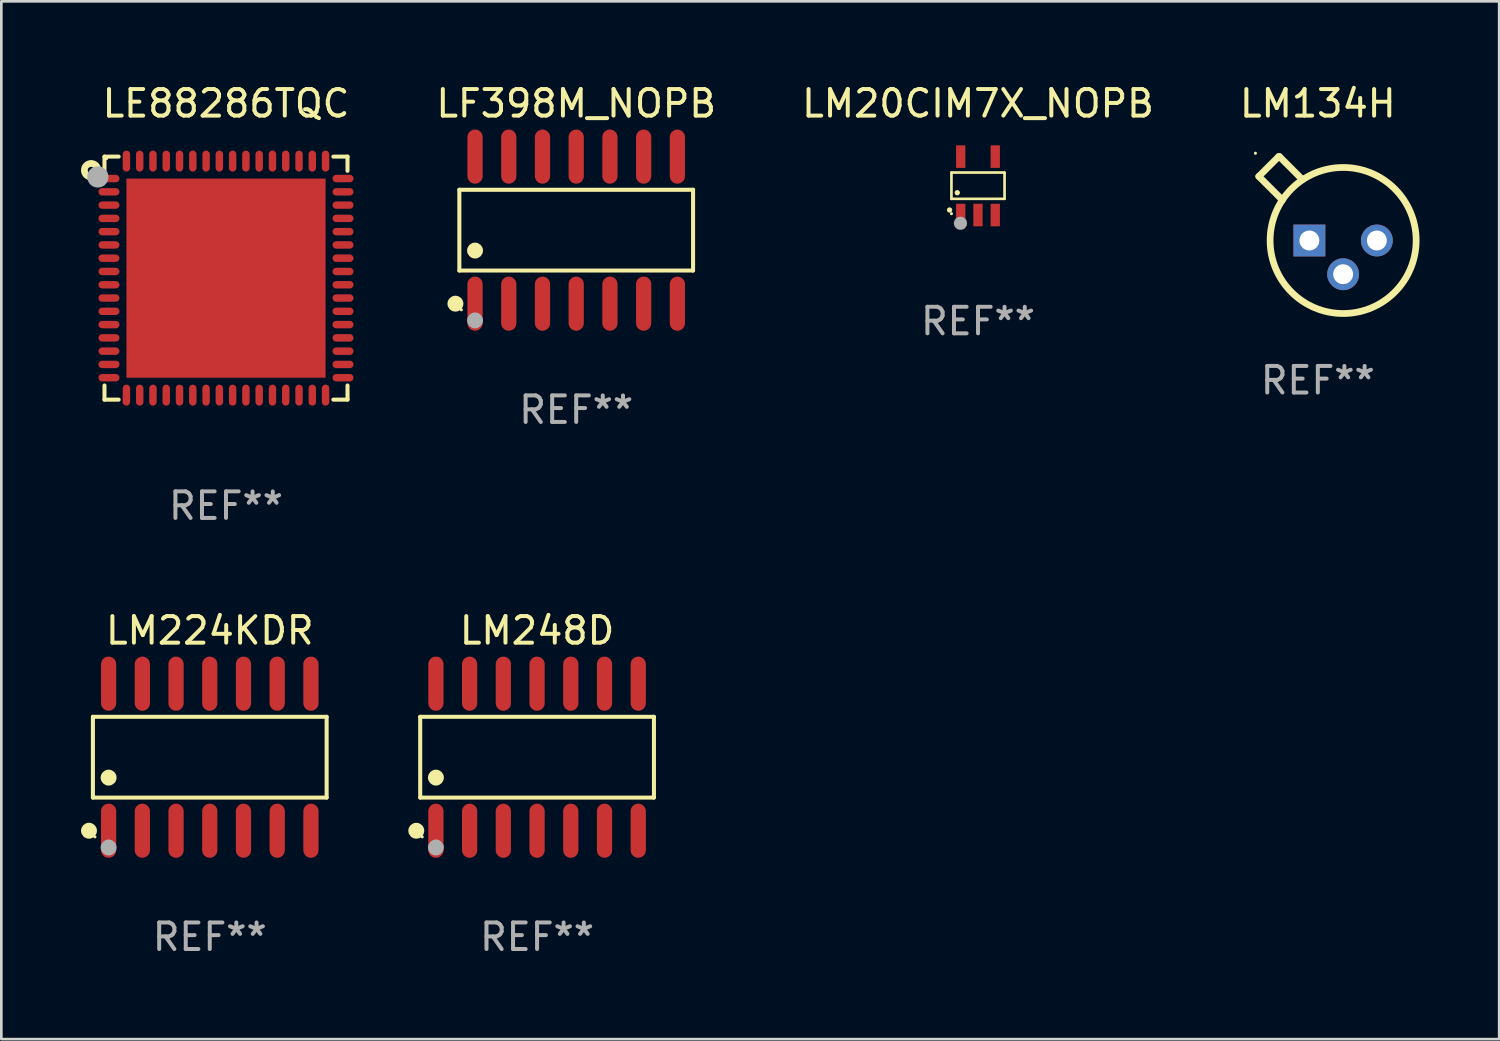
<source format=kicad_pcb>
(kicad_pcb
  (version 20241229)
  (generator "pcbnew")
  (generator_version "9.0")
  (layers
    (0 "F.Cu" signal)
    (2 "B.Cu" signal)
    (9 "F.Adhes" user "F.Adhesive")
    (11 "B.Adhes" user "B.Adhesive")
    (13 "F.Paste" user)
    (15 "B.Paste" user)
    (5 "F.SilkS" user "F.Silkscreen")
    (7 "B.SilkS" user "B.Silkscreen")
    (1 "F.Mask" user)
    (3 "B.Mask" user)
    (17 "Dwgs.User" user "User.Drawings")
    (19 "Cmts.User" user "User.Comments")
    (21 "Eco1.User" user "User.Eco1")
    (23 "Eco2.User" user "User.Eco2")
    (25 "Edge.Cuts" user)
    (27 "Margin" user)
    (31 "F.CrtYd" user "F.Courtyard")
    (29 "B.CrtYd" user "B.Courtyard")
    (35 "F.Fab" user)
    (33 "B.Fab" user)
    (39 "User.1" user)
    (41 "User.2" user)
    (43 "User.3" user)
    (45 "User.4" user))
  (footprint "LM134H"
    (layer "F.Cu")
    (at 46.579 5.063)
    (property "Reference" "LM134H" (at 0 -4.214 0) (layer "F.SilkS") (effects (font (size 1 1) (thickness 0.15))))
    (attr through_hole)
    (fp_line (start -2.223 -1.469) (end -1.334 -0.58) (stroke (width 0.254) (type solid)) (layer "F.SilkS"))
    (fp_line (start -1.477 -2.214) (end -2.223 -1.469) (stroke (width 0.254) (type solid)) (layer "F.SilkS"))
    (fp_line (start -1.444 -2.214) (end -1.477 -2.214) (stroke (width 0.254) (type solid)) (layer "F.SilkS"))
    (fp_line (start -0.582 -1.352) (end -1.444 -2.214) (stroke (width 0.254) (type solid)) (layer "F.SilkS"))
    (fp_circle (center -2.35 -2.342) (end -2.32 -2.342) (stroke (width 0.06) (type solid)) (fill no) (layer "F.SilkS"))
    (fp_circle (center 0.953 0.944) (end 3.703 0.944) (stroke (width 0.254) (type solid)) (fill no) (layer "F.SilkS"))
    (fp_text user "REF**" (at 0 6.214 0) (layer "F.Fab") (effects (font (size 1 1) (thickness 0.15))))
    (pad "1" thru_hole rect (at -0.318 0.944) (size 1.2 1.2) (drill 0.75) (layers "*.Cu" "*.Mask"))
    (pad "2" thru_hole circle (at 0.953 2.214) (size 1.2 1.2) (drill 0.75) (layers "*.Cu" "*.Mask"))
    (pad "3" thru_hole circle (at 2.223 0.944) (size 1.2 1.2) (drill 0.75) (layers "*.Cu" "*.Mask")))
  (footprint "LM248D"
    (layer "F.Cu")
    (at 17.176 25.466)
    (property "Reference" "LM248D" (at 0 -4.769 0) (layer "F.SilkS") (effects (font (size 1 1) (thickness 0.15))))
    (attr through_hole)
    (fp_line (start -4.401 -1.521) (end 4.401 -1.521) (stroke (width 0.152) (type solid)) (layer "F.SilkS"))
    (fp_line (start -4.401 1.521) (end -4.401 -1.521) (stroke (width 0.152) (type solid)) (layer "F.SilkS"))
    (fp_line (start 4.401 -1.521) (end 4.401 1.521) (stroke (width 0.152) (type solid)) (layer "F.SilkS"))
    (fp_line (start 4.401 1.521) (end -4.401 1.521) (stroke (width 0.152) (type solid)) (layer "F.SilkS"))
    (fp_circle (center -4.549 2.769) (end -4.399 2.769) (stroke (width 0.3) (type solid)) (fill no) (layer "F.SilkS"))
    (fp_circle (center -4.325 3) (end -4.295 3) (stroke (width 0.06) (type solid)) (fill no) (layer "F.SilkS"))
    (fp_circle (center -3.81 0.769) (end -3.66 0.769) (stroke (width 0.3) (type solid)) (fill no) (layer "F.SilkS"))
    (fp_circle (center -3.81 3.4) (end -3.66 3.4) (stroke (width 0.3) (type solid)) (fill no) (layer "F.Fab"))
    (fp_text user "REF**" (at 0 6.769 0) (layer "F.Fab") (effects (font (size 1 1) (thickness 0.15))))
    (pad "1" smd oval (at -3.81 2.769) (size 0.574 2.038) (layers "F.Cu" "F.Mask" "F.Paste"))
    (pad "2" smd oval (at -2.54 2.769) (size 0.574 2.038) (layers "F.Cu" "F.Mask" "F.Paste"))
    (pad "3" smd oval (at -1.27 2.769) (size 0.574 2.038) (layers "F.Cu" "F.Mask" "F.Paste"))
    (pad "4" smd oval (at 0 2.769) (size 0.574 2.038) (layers "F.Cu" "F.Mask" "F.Paste"))
    (pad "5" smd oval (at 1.27 2.769) (size 0.574 2.038) (layers "F.Cu" "F.Mask" "F.Paste"))
    (pad "6" smd oval (at 2.54 2.769) (size 0.574 2.038) (layers "F.Cu" "F.Mask" "F.Paste"))
    (pad "7" smd oval (at 3.81 2.769) (size 0.574 2.038) (layers "F.Cu" "F.Mask" "F.Paste"))
    (pad "8" smd oval (at 3.81 -2.769) (size 0.574 2.038) (layers "F.Cu" "F.Mask" "F.Paste"))
    (pad "9" smd oval (at 2.54 -2.769) (size 0.574 2.038) (layers "F.Cu" "F.Mask" "F.Paste"))
    (pad "10" smd oval (at 1.27 -2.769) (size 0.574 2.038) (layers "F.Cu" "F.Mask" "F.Paste"))
    (pad "11" smd oval (at 0 -2.769) (size 0.574 2.038) (layers "F.Cu" "F.Mask" "F.Paste"))
    (pad "12" smd oval (at -1.27 -2.769) (size 0.574 2.038) (layers "F.Cu" "F.Mask" "F.Paste"))
    (pad "13" smd oval (at -2.54 -2.769) (size 0.574 2.038) (layers "F.Cu" "F.Mask" "F.Paste"))
    (pad "14" smd oval (at -3.81 -2.769) (size 0.574 2.038) (layers "F.Cu" "F.Mask" "F.Paste")))
  (footprint "LE88286TQC"
    (layer "F.Cu")
    (at 5.461 7.424)
    (property "Reference" "LE88286TQC" (at 0 -6.576 0) (layer "F.SilkS") (effects (font (size 1 1) (thickness 0.15))))
    (attr through_hole)
    (fp_line (start -4.576 -4.576) (end -4.042 -4.576) (stroke (width 0.152) (type solid)) (layer "F.SilkS"))
    (fp_line (start -4.576 -4.042) (end -4.576 -4.576) (stroke (width 0.152) (type solid)) (layer "F.SilkS"))
    (fp_line (start -4.576 4.042) (end -4.576 4.576) (stroke (width 0.152) (type solid)) (layer "F.SilkS"))
    (fp_line (start -4.576 4.576) (end -4.042 4.576) (stroke (width 0.152) (type solid)) (layer "F.SilkS"))
    (fp_line (start 4.576 -4.576) (end 4.042 -4.576) (stroke (width 0.152) (type solid)) (layer "F.SilkS"))
    (fp_line (start 4.576 -4.042) (end 4.576 -4.576) (stroke (width 0.152) (type solid)) (layer "F.SilkS"))
    (fp_line (start 4.576 4.042) (end 4.576 4.576) (stroke (width 0.152) (type solid)) (layer "F.SilkS"))
    (fp_line (start 4.576 4.576) (end 4.042 4.576) (stroke (width 0.152) (type solid)) (layer "F.SilkS"))
    (fp_circle (center -5.08 -4.064) (end -4.826 -4.064) (stroke (width 0.254) (type solid)) (fill no) (layer "F.SilkS"))
    (fp_circle (center -4.5 -4.5) (end -4.47 -4.5) (stroke (width 0.06) (type solid)) (fill no) (layer "F.SilkS"))
    (fp_circle (center -4.826 -3.81) (end -4.626 -3.81) (stroke (width 0.4) (type solid)) (fill no) (layer "F.Fab"))
    (fp_text user "REF**" (at 0 8.576 0) (layer "F.Fab") (effects (font (size 1 1) (thickness 0.15))))
    (pad "1" smd oval (at -4.407 -3.75) (size 0.79 0.28) (layers "F.Cu" "F.Mask" "F.Paste"))
    (pad "2" smd oval (at -4.407 -3.25) (size 0.79 0.28) (layers "F.Cu" "F.Mask" "F.Paste"))
    (pad "3" smd oval (at -4.407 -2.75) (size 0.79 0.28) (layers "F.Cu" "F.Mask" "F.Paste"))
    (pad "4" smd oval (at -4.407 -2.25) (size 0.79 0.28) (layers "F.Cu" "F.Mask" "F.Paste"))
    (pad "5" smd oval (at -4.407 -1.75) (size 0.79 0.28) (layers "F.Cu" "F.Mask" "F.Paste"))
    (pad "6" smd oval (at -4.407 -1.25) (size 0.79 0.28) (layers "F.Cu" "F.Mask" "F.Paste"))
    (pad "7" smd oval (at -4.407 -0.75) (size 0.79 0.28) (layers "F.Cu" "F.Mask" "F.Paste"))
    (pad "8" smd oval (at -4.407 -0.25) (size 0.79 0.28) (layers "F.Cu" "F.Mask" "F.Paste"))
    (pad "9" smd oval (at -4.407 0.25) (size 0.79 0.28) (layers "F.Cu" "F.Mask" "F.Paste"))
    (pad "10" smd oval (at -4.407 0.75) (size 0.79 0.28) (layers "F.Cu" "F.Mask" "F.Paste"))
    (pad "11" smd oval (at -4.407 1.25) (size 0.79 0.28) (layers "F.Cu" "F.Mask" "F.Paste"))
    (pad "12" smd oval (at -4.407 1.75) (size 0.79 0.28) (layers "F.Cu" "F.Mask" "F.Paste"))
    (pad "13" smd oval (at -4.407 2.25) (size 0.79 0.28) (layers "F.Cu" "F.Mask" "F.Paste"))
    (pad "14" smd oval (at -4.407 2.75) (size 0.79 0.28) (layers "F.Cu" "F.Mask" "F.Paste"))
    (pad "15" smd oval (at -4.407 3.25) (size 0.79 0.28) (layers "F.Cu" "F.Mask" "F.Paste"))
    (pad "16" smd oval (at -4.407 3.75) (size 0.79 0.28) (layers "F.Cu" "F.Mask" "F.Paste"))
    (pad "17" smd oval (at -3.75 4.407) (size 0.28 0.79) (layers "F.Cu" "F.Mask" "F.Paste"))
    (pad "18" smd oval (at -3.25 4.407) (size 0.28 0.79) (layers "F.Cu" "F.Mask" "F.Paste"))
    (pad "19" smd oval (at -2.75 4.407) (size 0.28 0.79) (layers "F.Cu" "F.Mask" "F.Paste"))
    (pad "20" smd oval (at -2.25 4.407) (size 0.28 0.79) (layers "F.Cu" "F.Mask" "F.Paste"))
    (pad "21" smd oval (at -1.75 4.407) (size 0.28 0.79) (layers "F.Cu" "F.Mask" "F.Paste"))
    (pad "22" smd oval (at -1.25 4.407) (size 0.28 0.79) (layers "F.Cu" "F.Mask" "F.Paste"))
    (pad "23" smd oval (at -0.75 4.407) (size 0.28 0.79) (layers "F.Cu" "F.Mask" "F.Paste"))
    (pad "24" smd oval (at -0.25 4.407) (size 0.28 0.79) (layers "F.Cu" "F.Mask" "F.Paste"))
    (pad "25" smd oval (at 0.25 4.407) (size 0.28 0.79) (layers "F.Cu" "F.Mask" "F.Paste"))
    (pad "26" smd oval (at 0.75 4.407) (size 0.28 0.79) (layers "F.Cu" "F.Mask" "F.Paste"))
    (pad "27" smd oval (at 1.25 4.407) (size 0.28 0.79) (layers "F.Cu" "F.Mask" "F.Paste"))
    (pad "28" smd oval (at 1.75 4.407) (size 0.28 0.79) (layers "F.Cu" "F.Mask" "F.Paste"))
    (pad "29" smd oval (at 2.25 4.407) (size 0.28 0.79) (layers "F.Cu" "F.Mask" "F.Paste"))
    (pad "30" smd oval (at 2.75 4.407) (size 0.28 0.79) (layers "F.Cu" "F.Mask" "F.Paste"))
    (pad "31" smd oval (at 3.25 4.407) (size 0.28 0.79) (layers "F.Cu" "F.Mask" "F.Paste"))
    (pad "32" smd oval (at 3.75 4.407) (size 0.28 0.79) (layers "F.Cu" "F.Mask" "F.Paste"))
    (pad "33" smd oval (at 4.407 3.75) (size 0.79 0.28) (layers "F.Cu" "F.Mask" "F.Paste"))
    (pad "34" smd oval (at 4.407 3.25) (size 0.79 0.28) (layers "F.Cu" "F.Mask" "F.Paste"))
    (pad "35" smd oval (at 4.407 2.75) (size 0.79 0.28) (layers "F.Cu" "F.Mask" "F.Paste"))
    (pad "36" smd oval (at 4.407 2.25) (size 0.79 0.28) (layers "F.Cu" "F.Mask" "F.Paste"))
    (pad "37" smd oval (at 4.407 1.75) (size 0.79 0.28) (layers "F.Cu" "F.Mask" "F.Paste"))
    (pad "38" smd oval (at 4.407 1.25) (size 0.79 0.28) (layers "F.Cu" "F.Mask" "F.Paste"))
    (pad "39" smd oval (at 4.407 0.75) (size 0.79 0.28) (layers "F.Cu" "F.Mask" "F.Paste"))
    (pad "40" smd oval (at 4.407 0.25) (size 0.79 0.28) (layers "F.Cu" "F.Mask" "F.Paste"))
    (pad "41" smd oval (at 4.407 -0.25) (size 0.79 0.28) (layers "F.Cu" "F.Mask" "F.Paste"))
    (pad "42" smd oval (at 4.407 -0.75) (size 0.79 0.28) (layers "F.Cu" "F.Mask" "F.Paste"))
    (pad "43" smd oval (at 4.407 -1.25) (size 0.79 0.28) (layers "F.Cu" "F.Mask" "F.Paste"))
    (pad "44" smd oval (at 4.407 -1.75) (size 0.79 0.28) (layers "F.Cu" "F.Mask" "F.Paste"))
    (pad "45" smd oval (at 4.407 -2.25) (size 0.79 0.28) (layers "F.Cu" "F.Mask" "F.Paste"))
    (pad "46" smd oval (at 4.407 -2.75) (size 0.79 0.28) (layers "F.Cu" "F.Mask" "F.Paste"))
    (pad "47" smd oval (at 4.407 -3.25) (size 0.79 0.28) (layers "F.Cu" "F.Mask" "F.Paste"))
    (pad "48" smd oval (at 4.407 -3.75) (size 0.79 0.28) (layers "F.Cu" "F.Mask" "F.Paste"))
    (pad "49" smd oval (at 3.75 -4.407) (size 0.28 0.79) (layers "F.Cu" "F.Mask" "F.Paste"))
    (pad "50" smd oval (at 3.25 -4.407) (size 0.28 0.79) (layers "F.Cu" "F.Mask" "F.Paste"))
    (pad "51" smd oval (at 2.75 -4.407) (size 0.28 0.79) (layers "F.Cu" "F.Mask" "F.Paste"))
    (pad "52" smd oval (at 2.25 -4.407) (size 0.28 0.79) (layers "F.Cu" "F.Mask" "F.Paste"))
    (pad "53" smd oval (at 1.75 -4.407) (size 0.28 0.79) (layers "F.Cu" "F.Mask" "F.Paste"))
    (pad "54" smd oval (at 1.25 -4.407) (size 0.28 0.79) (layers "F.Cu" "F.Mask" "F.Paste"))
    (pad "55" smd oval (at 0.75 -4.407) (size 0.28 0.79) (layers "F.Cu" "F.Mask" "F.Paste"))
    (pad "56" smd oval (at 0.25 -4.407) (size 0.28 0.79) (layers "F.Cu" "F.Mask" "F.Paste"))
    (pad "57" smd oval (at -0.25 -4.407) (size 0.28 0.79) (layers "F.Cu" "F.Mask" "F.Paste"))
    (pad "58" smd oval (at -0.75 -4.407) (size 0.28 0.79) (layers "F.Cu" "F.Mask" "F.Paste"))
    (pad "59" smd oval (at -1.25 -4.407) (size 0.28 0.79) (layers "F.Cu" "F.Mask" "F.Paste"))
    (pad "60" smd oval (at -1.75 -4.407) (size 0.28 0.79) (layers "F.Cu" "F.Mask" "F.Paste"))
    (pad "61" smd oval (at -2.25 -4.407) (size 0.28 0.79) (layers "F.Cu" "F.Mask" "F.Paste"))
    (pad "62" smd oval (at -2.75 -4.407) (size 0.28 0.79) (layers "F.Cu" "F.Mask" "F.Paste"))
    (pad "63" smd oval (at -3.25 -4.407) (size 0.28 0.79) (layers "F.Cu" "F.Mask" "F.Paste"))
    (pad "64" smd oval (at -3.75 -4.407) (size 0.28 0.79) (layers "F.Cu" "F.Mask" "F.Paste"))
    (pad "65" smd rect (at 0 0) (size 7.5 7.5) (layers "F.Cu" "F.Mask" "F.Paste")))
  (footprint "LM20CIM7X_NOPB"
    (layer "F.Cu")
    (at 33.781 3.948)
    (property "Reference" "LM20CIM7X_NOPB" (at 0 -3.1 0) (layer "F.SilkS") (effects (font (size 1 1) (thickness 0.15))))
    (attr through_hole)
    (fp_line (start -1 -0.5) (end -1 0.49) (stroke (width 0.1) (type solid)) (layer "F.SilkS"))
    (fp_line (start -1 0.49) (end 1 0.49) (stroke (width 0.1) (type solid)) (layer "F.SilkS"))
    (fp_line (start 0.99 -0.5) (end -1 -0.5) (stroke (width 0.1) (type solid)) (layer "F.SilkS"))
    (fp_line (start 1 -0.49) (end 0.99 -0.5) (stroke (width 0.1) (type solid)) (layer "F.SilkS"))
    (fp_line (start 1 0.49) (end 1 -0.49) (stroke (width 0.1) (type solid)) (layer "F.SilkS"))
    (fp_circle (center -1.07 0.91) (end -1.02 0.91) (stroke (width 0.1) (type solid)) (fill no) (layer "F.SilkS"))
    (fp_circle (center -1 1.05) (end -0.97 1.05) (stroke (width 0.06) (type solid)) (fill no) (layer "F.SilkS"))
    (fp_circle (center -0.78 0.26) (end -0.73 0.26) (stroke (width 0.1) (type solid)) (fill no) (layer "F.SilkS"))
    (fp_circle (center -0.66 1.41) (end -0.535 1.41) (stroke (width 0.25) (type solid)) (fill no) (layer "F.Fab"))
    (fp_text user "REF**" (at 0 5.1 0) (layer "F.Fab") (effects (font (size 1 1) (thickness 0.15))))
    (pad "1" smd rect (at -0.65 1.1) (size 0.35 0.85) (layers "F.Cu" "F.Mask" "F.Paste"))
    (pad "2" smd rect (at 0.000051 1.1) (size 0.35 0.85) (layers "F.Cu" "F.Mask" "F.Paste"))
    (pad "3" smd rect (at 0.65 1.1) (size 0.35 0.85) (layers "F.Cu" "F.Mask" "F.Paste"))
    (pad "4" smd rect (at 0.65 -1.1) (size 0.35 0.85) (layers "F.Cu" "F.Mask" "F.Paste"))
    (pad "5" smd rect (at -0.65 -1.1) (size 0.35 0.85) (layers "F.Cu" "F.Mask" "F.Paste")))
  (footprint "LF398M_NOPB"
    (layer "F.Cu")
    (at 18.65 5.617)
    (property "Reference" "LF398M_NOPB" (at 0 -4.769 0) (layer "F.SilkS") (effects (font (size 1 1) (thickness 0.15))))
    (attr through_hole)
    (fp_line (start -4.401 -1.521) (end 4.401 -1.521) (stroke (width 0.152) (type solid)) (layer "F.SilkS"))
    (fp_line (start -4.401 1.521) (end -4.401 -1.521) (stroke (width 0.152) (type solid)) (layer "F.SilkS"))
    (fp_line (start 4.401 -1.521) (end 4.401 1.521) (stroke (width 0.152) (type solid)) (layer "F.SilkS"))
    (fp_line (start 4.401 1.521) (end -4.401 1.521) (stroke (width 0.152) (type solid)) (layer "F.SilkS"))
    (fp_circle (center -4.549 2.769) (end -4.399 2.769) (stroke (width 0.3) (type solid)) (fill no) (layer "F.SilkS"))
    (fp_circle (center -4.325 3) (end -4.295 3) (stroke (width 0.06) (type solid)) (fill no) (layer "F.SilkS"))
    (fp_circle (center -3.81 0.769) (end -3.66 0.769) (stroke (width 0.3) (type solid)) (fill no) (layer "F.SilkS"))
    (fp_circle (center -3.81 3.4) (end -3.66 3.4) (stroke (width 0.3) (type solid)) (fill no) (layer "F.Fab"))
    (fp_text user "REF**" (at 0 6.769 0) (layer "F.Fab") (effects (font (size 1 1) (thickness 0.15))))
    (pad "1" smd oval (at -3.81 2.769) (size 0.574 2.038) (layers "F.Cu" "F.Mask" "F.Paste"))
    (pad "2" smd oval (at -2.54 2.769) (size 0.574 2.038) (layers "F.Cu" "F.Mask" "F.Paste"))
    (pad "3" smd oval (at -1.27 2.769) (size 0.574 2.038) (layers "F.Cu" "F.Mask" "F.Paste"))
    (pad "4" smd oval (at 0 2.769) (size 0.574 2.038) (layers "F.Cu" "F.Mask" "F.Paste"))
    (pad "5" smd oval (at 1.27 2.769) (size 0.574 2.038) (layers "F.Cu" "F.Mask" "F.Paste"))
    (pad "6" smd oval (at 2.54 2.769) (size 0.574 2.038) (layers "F.Cu" "F.Mask" "F.Paste"))
    (pad "7" smd oval (at 3.81 2.769) (size 0.574 2.038) (layers "F.Cu" "F.Mask" "F.Paste"))
    (pad "8" smd oval (at 3.81 -2.769) (size 0.574 2.038) (layers "F.Cu" "F.Mask" "F.Paste"))
    (pad "9" smd oval (at 2.54 -2.769) (size 0.574 2.038) (layers "F.Cu" "F.Mask" "F.Paste"))
    (pad "10" smd oval (at 1.27 -2.769) (size 0.574 2.038) (layers "F.Cu" "F.Mask" "F.Paste"))
    (pad "11" smd oval (at 0 -2.769) (size 0.574 2.038) (layers "F.Cu" "F.Mask" "F.Paste"))
    (pad "12" smd oval (at -1.27 -2.769) (size 0.574 2.038) (layers "F.Cu" "F.Mask" "F.Paste"))
    (pad "13" smd oval (at -2.54 -2.769) (size 0.574 2.038) (layers "F.Cu" "F.Mask" "F.Paste"))
    (pad "14" smd oval (at -3.81 -2.769) (size 0.574 2.038) (layers "F.Cu" "F.Mask" "F.Paste")))
  (footprint "LM224KDR"
    (layer "F.Cu")
    (at 4.85 25.466)
    (property "Reference" "LM224KDR" (at 0 -4.769 0) (layer "F.SilkS") (effects (font (size 1 1) (thickness 0.15))))
    (attr through_hole)
    (fp_line (start -4.401 -1.521) (end 4.401 -1.521) (stroke (width 0.152) (type solid)) (layer "F.SilkS"))
    (fp_line (start -4.401 1.521) (end -4.401 -1.521) (stroke (width 0.152) (type solid)) (layer "F.SilkS"))
    (fp_line (start 4.401 -1.521) (end 4.401 1.521) (stroke (width 0.152) (type solid)) (layer "F.SilkS"))
    (fp_line (start 4.401 1.521) (end -4.401 1.521) (stroke (width 0.152) (type solid)) (layer "F.SilkS"))
    (fp_circle (center -4.549 2.769) (end -4.399 2.769) (stroke (width 0.3) (type solid)) (fill no) (layer "F.SilkS"))
    (fp_circle (center -4.325 3) (end -4.295 3) (stroke (width 0.06) (type solid)) (fill no) (layer "F.SilkS"))
    (fp_circle (center -3.81 0.769) (end -3.66 0.769) (stroke (width 0.3) (type solid)) (fill no) (layer "F.SilkS"))
    (fp_circle (center -3.81 3.4) (end -3.66 3.4) (stroke (width 0.3) (type solid)) (fill no) (layer "F.Fab"))
    (fp_text user "REF**" (at 0 6.769 0) (layer "F.Fab") (effects (font (size 1 1) (thickness 0.15))))
    (pad "1" smd oval (at -3.81 2.769) (size 0.574 2.038) (layers "F.Cu" "F.Mask" "F.Paste"))
    (pad "2" smd oval (at -2.54 2.769) (size 0.574 2.038) (layers "F.Cu" "F.Mask" "F.Paste"))
    (pad "3" smd oval (at -1.27 2.769) (size 0.574 2.038) (layers "F.Cu" "F.Mask" "F.Paste"))
    (pad "4" smd oval (at 0 2.769) (size 0.574 2.038) (layers "F.Cu" "F.Mask" "F.Paste"))
    (pad "5" smd oval (at 1.27 2.769) (size 0.574 2.038) (layers "F.Cu" "F.Mask" "F.Paste"))
    (pad "6" smd oval (at 2.54 2.769) (size 0.574 2.038) (layers "F.Cu" "F.Mask" "F.Paste"))
    (pad "7" smd oval (at 3.81 2.769) (size 0.574 2.038) (layers "F.Cu" "F.Mask" "F.Paste"))
    (pad "8" smd oval (at 3.81 -2.769) (size 0.574 2.038) (layers "F.Cu" "F.Mask" "F.Paste"))
    (pad "9" smd oval (at 2.54 -2.769) (size 0.574 2.038) (layers "F.Cu" "F.Mask" "F.Paste"))
    (pad "10" smd oval (at 1.27 -2.769) (size 0.574 2.038) (layers "F.Cu" "F.Mask" "F.Paste"))
    (pad "11" smd oval (at 0 -2.769) (size 0.574 2.038) (layers "F.Cu" "F.Mask" "F.Paste"))
    (pad "12" smd oval (at -1.27 -2.769) (size 0.574 2.038) (layers "F.Cu" "F.Mask" "F.Paste"))
    (pad "13" smd oval (at -2.54 -2.769) (size 0.574 2.038) (layers "F.Cu" "F.Mask" "F.Paste"))
    (pad "14" smd oval (at -3.81 -2.769) (size 0.574 2.038) (layers "F.Cu" "F.Mask" "F.Paste")))
  (gr_rect
    (start -3 -3)
    (end 53.408 36.084)
    (stroke (width 0.1) (type default))
    (fill no)
    (layer "Edge.Cuts")))
</source>
